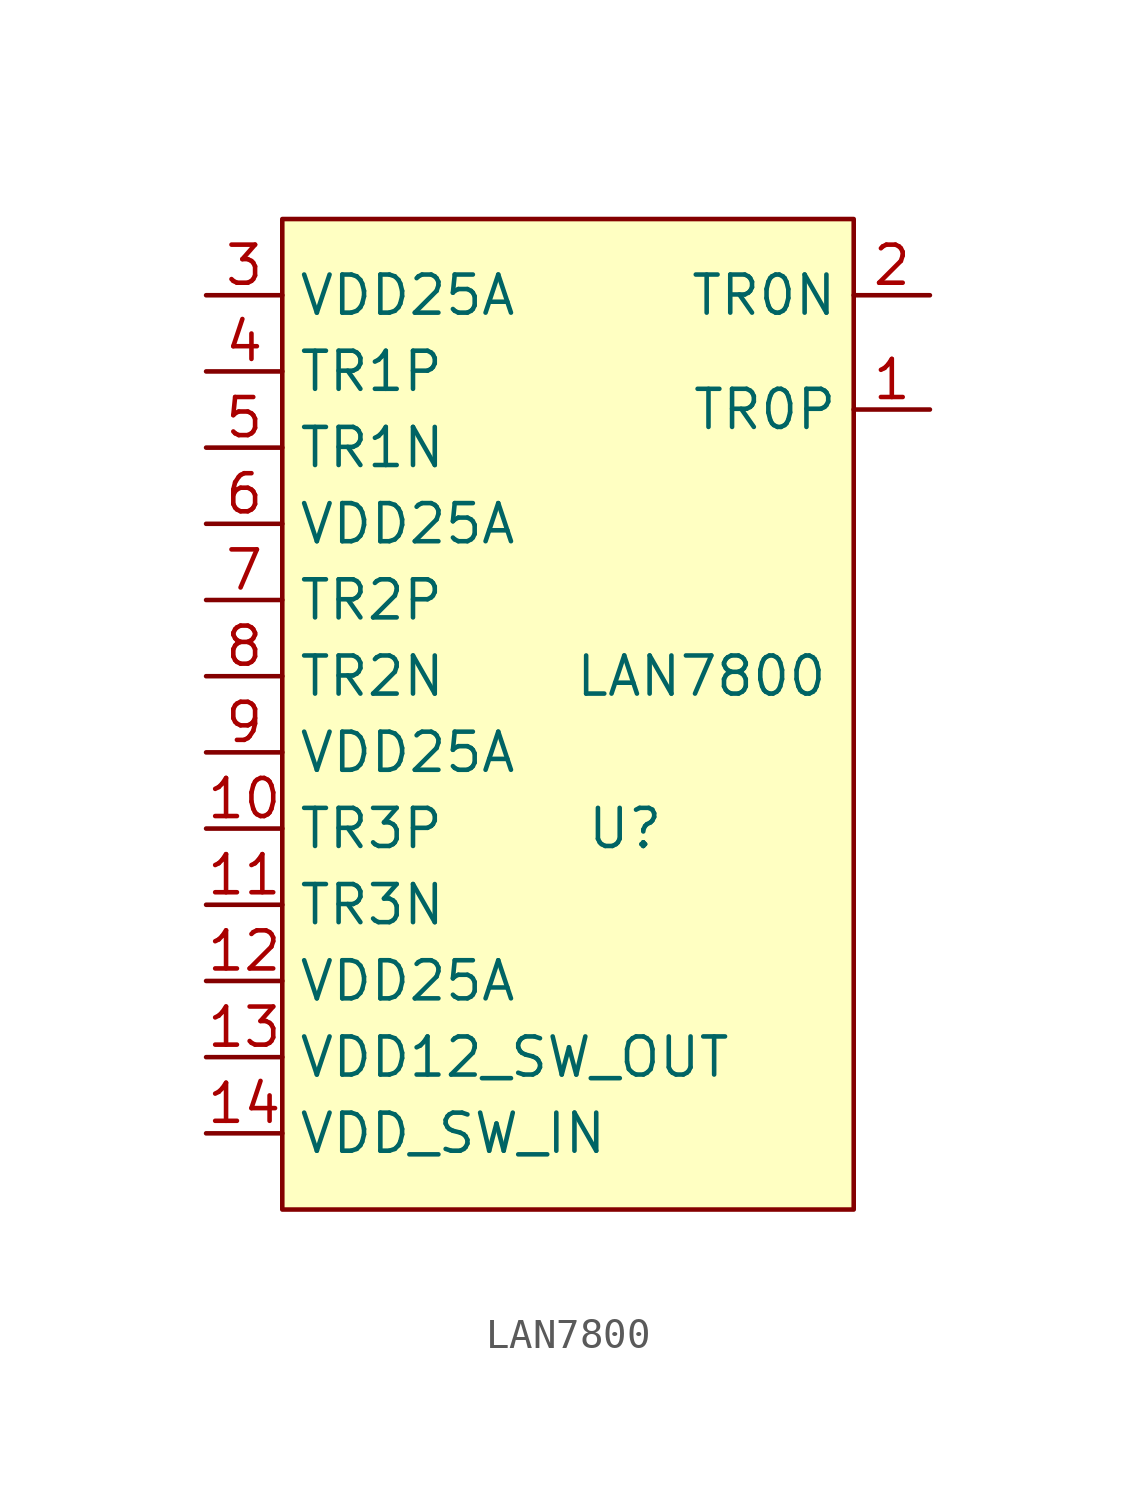
<source format=kicad_sym>
(kicad_symbol_lib
  (version 20220914)
  (generator kicad_symbol_editor)
  (symbol "LAN7800"
    (property "Reference" "U"
      (at 2.54 -3.81 0)
      (effects (font (size 1.27 1.27))))
    (property "Value" "LAN7800"
      (at 5.08 1.27 0)
      (effects (font (size 1.27 1.27))))
    (symbol "LAN7800_0_0"
      (pin bidirectional line (at 12.7 10.16 180) (length 2.54) (name "TR0P" (effects (font (size 1.27 1.27)))) (number "1" (effects (font (size 1.27 1.27)))))
      (pin bidirectional line (at -11.43 -3.81 0) (length 2.54) (name "TR3P" (effects (font (size 1.27 1.27)))) (number "10" (effects (font (size 1.27 1.27)))))
      (pin bidirectional line (at -11.43 -6.35 0) (length 2.54) (name "TR3N" (effects (font (size 1.27 1.27)))) (number "11" (effects (font (size 1.27 1.27)))))
      (pin bidirectional line (at -11.43 -8.89 0) (length 2.54) (name "VDD25A" (effects (font (size 1.27 1.27)))) (number "12" (effects (font (size 1.27 1.27)))))
      (pin power_in line (at -11.43 -11.43 0) (length 2.54) (name "VDD12_SW_OUT" (effects (font (size 1.27 1.27)))) (number "13" (effects (font (size 1.27 1.27)))))
      (pin power_in line (at -11.43 -13.97 0) (length 2.54) (name "VDD_SW_IN" (effects (font (size 1.27 1.27)))) (number "14" (effects (font (size 1.27 1.27)))))
      (pin bidirectional line (at 12.7 13.97 180) (length 2.54) (name "TR0N" (effects (font (size 1.27 1.27)))) (number "2" (effects (font (size 1.27 1.27)))))
      (pin bidirectional line (at -11.43 13.97 0) (length 2.54) (name "VDD25A" (effects (font (size 1.27 1.27)))) (number "3" (effects (font (size 1.27 1.27)))))
      (pin bidirectional line (at -11.43 11.43 0) (length 2.54) (name "TR1P" (effects (font (size 1.27 1.27)))) (number "4" (effects (font (size 1.27 1.27)))))
      (pin bidirectional line (at -11.43 8.89 0) (length 2.54) (name "TR1N" (effects (font (size 1.27 1.27)))) (number "5" (effects (font (size 1.27 1.27)))))
      (pin bidirectional line (at -11.43 6.35 0) (length 2.54) (name "VDD25A" (effects (font (size 1.27 1.27)))) (number "6" (effects (font (size 1.27 1.27)))))
      (pin bidirectional line (at -11.43 3.81 0) (length 2.54) (name "TR2P" (effects (font (size 1.27 1.27)))) (number "7" (effects (font (size 1.27 1.27)))))
      (pin bidirectional line (at -11.43 1.27 0) (length 2.54) (name "TR2N" (effects (font (size 1.27 1.27)))) (number "8" (effects (font (size 1.27 1.27)))))
      (pin bidirectional line (at -11.43 -1.27 0) (length 2.54) (name "VDD25A" (effects (font (size 1.27 1.27)))) (number "9" (effects (font (size 1.27 1.27))))))
    (symbol "LAN7800_1_1"
      (rectangle (start -8.89 16.51) (end 10.16 -16.51) (stroke (width 0) (type default)) (fill (type background))))))
</source>
